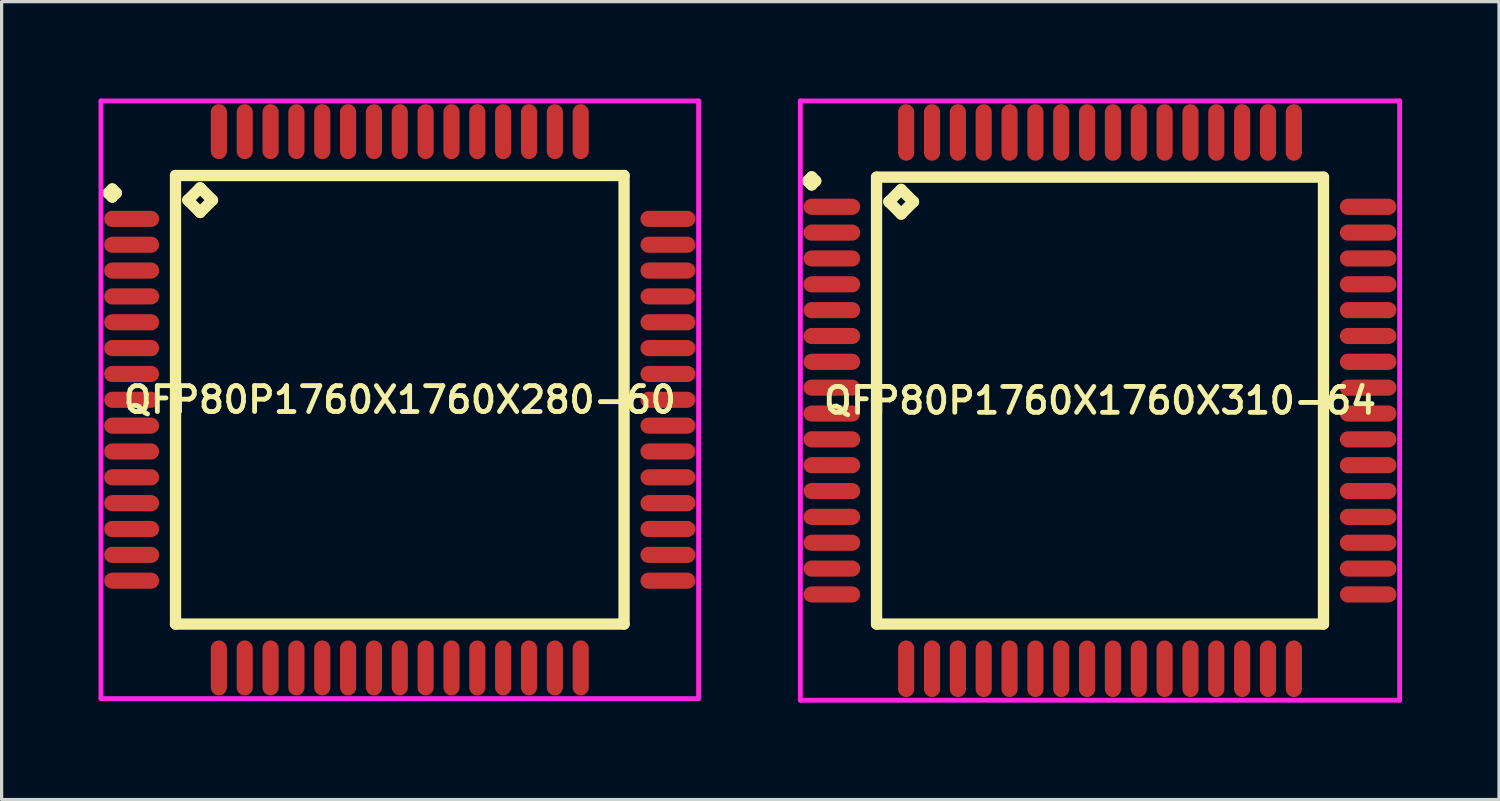
<source format=kicad_pcb>
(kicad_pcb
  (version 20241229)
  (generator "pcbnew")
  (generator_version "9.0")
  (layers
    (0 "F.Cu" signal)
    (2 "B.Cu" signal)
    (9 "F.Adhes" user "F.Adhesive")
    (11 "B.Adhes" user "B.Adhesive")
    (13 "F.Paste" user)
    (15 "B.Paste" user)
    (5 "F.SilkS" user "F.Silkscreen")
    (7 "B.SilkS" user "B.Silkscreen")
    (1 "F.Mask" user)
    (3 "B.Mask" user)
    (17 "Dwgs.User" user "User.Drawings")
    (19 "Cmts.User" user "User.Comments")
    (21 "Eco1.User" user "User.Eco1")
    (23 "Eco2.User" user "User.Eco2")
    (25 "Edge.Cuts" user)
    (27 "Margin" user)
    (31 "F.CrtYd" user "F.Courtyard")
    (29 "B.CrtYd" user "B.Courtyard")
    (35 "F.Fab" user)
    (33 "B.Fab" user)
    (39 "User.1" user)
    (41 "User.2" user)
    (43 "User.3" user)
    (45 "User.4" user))
  (footprint "QFP80P1760X1760X280-60"
    (layer "F.Cu")
    (at 9.325 9.325)
    (property "Reference" "QFP80P1760X1760X280-60" (at 0 0 0) (layer "F.SilkS") (effects (font (size 0.8 0.8) (thickness 0.15))))
    (attr smd)
    (fp_line (start -9.025 -6.4) (end -8.9 -6.525) (stroke (width 0.35) (type solid)) (layer "F.SilkS"))
    (fp_line (start -8.9 -6.525) (end -8.775 -6.4) (stroke (width 0.35) (type solid)) (layer "F.SilkS"))
    (fp_line (start -8.9 -6.275) (end -9.025 -6.4) (stroke (width 0.35) (type solid)) (layer "F.SilkS"))
    (fp_line (start -8.775 -6.4) (end -8.9 -6.275) (stroke (width 0.35) (type solid)) (layer "F.SilkS"))
    (fp_line (start -6.942 -6.942) (end -6.942 6.942) (stroke (width 0.35) (type solid)) (layer "F.SilkS"))
    (fp_line (start -6.942 6.942) (end 6.942 6.942) (stroke (width 0.35) (type solid)) (layer "F.SilkS"))
    (fp_line (start -6.561 -6.18) (end -6.18 -6.561) (stroke (width 0.35) (type solid)) (layer "F.SilkS"))
    (fp_line (start -6.18 -6.561) (end -5.799 -6.18) (stroke (width 0.35) (type solid)) (layer "F.SilkS"))
    (fp_line (start -6.18 -5.799) (end -6.561 -6.18) (stroke (width 0.35) (type solid)) (layer "F.SilkS"))
    (fp_line (start -5.799 -6.18) (end -6.18 -5.799) (stroke (width 0.35) (type solid)) (layer "F.SilkS"))
    (fp_line (start 6.942 -6.942) (end -6.942 -6.942) (stroke (width 0.35) (type solid)) (layer "F.SilkS"))
    (fp_line (start 6.942 6.942) (end 6.942 -6.942) (stroke (width 0.35) (type solid)) (layer "F.SilkS"))
    (fp_line (start -9.25 -9.25) (end 9.25 -9.25) (stroke (width 0.15) (type solid)) (layer "F.CrtYd"))
    (fp_line (start -9.25 9.25) (end -9.25 -9.25) (stroke (width 0.15) (type solid)) (layer "F.CrtYd"))
    (fp_line (start 9.25 -9.25) (end 9.25 9.25) (stroke (width 0.15) (type solid)) (layer "F.CrtYd"))
    (fp_line (start 9.25 9.25) (end -9.25 9.25) (stroke (width 0.15) (type solid)) (layer "F.CrtYd"))
    (pad "1" smd oval (at -8.3 -5.6) (size 1.7 0.5) (layers "F.Cu" "F.Mask" "F.Paste"))
    (pad "2" smd oval (at -8.3 -4.8) (size 1.7 0.5) (layers "F.Cu" "F.Mask" "F.Paste"))
    (pad "3" smd oval (at -8.3 -4) (size 1.7 0.5) (layers "F.Cu" "F.Mask" "F.Paste"))
    (pad "4" smd oval (at -8.3 -3.2) (size 1.7 0.5) (layers "F.Cu" "F.Mask" "F.Paste"))
    (pad "5" smd oval (at -8.3 -2.4) (size 1.7 0.5) (layers "F.Cu" "F.Mask" "F.Paste"))
    (pad "6" smd oval (at -8.3 -1.6) (size 1.7 0.5) (layers "F.Cu" "F.Mask" "F.Paste"))
    (pad "7" smd oval (at -8.3 -0.8) (size 1.7 0.5) (layers "F.Cu" "F.Mask" "F.Paste"))
    (pad "8" smd oval (at -8.3 0) (size 1.7 0.5) (layers "F.Cu" "F.Mask" "F.Paste"))
    (pad "9" smd oval (at -8.3 0.8) (size 1.7 0.5) (layers "F.Cu" "F.Mask" "F.Paste"))
    (pad "10" smd oval (at -8.3 1.6) (size 1.7 0.5) (layers "F.Cu" "F.Mask" "F.Paste"))
    (pad "11" smd oval (at -8.3 2.4) (size 1.7 0.5) (layers "F.Cu" "F.Mask" "F.Paste"))
    (pad "12" smd oval (at -8.3 3.2) (size 1.7 0.5) (layers "F.Cu" "F.Mask" "F.Paste"))
    (pad "13" smd oval (at -8.3 4) (size 1.7 0.5) (layers "F.Cu" "F.Mask" "F.Paste"))
    (pad "14" smd oval (at -8.3 4.8) (size 1.7 0.5) (layers "F.Cu" "F.Mask" "F.Paste"))
    (pad "15" smd oval (at -8.3 5.6) (size 1.7 0.5) (layers "F.Cu" "F.Mask" "F.Paste"))
    (pad "16" smd oval (at -5.6 8.3) (size 0.5 1.7) (layers "F.Cu" "F.Mask" "F.Paste"))
    (pad "17" smd oval (at -4.8 8.3) (size 0.5 1.7) (layers "F.Cu" "F.Mask" "F.Paste"))
    (pad "18" smd oval (at -4 8.3) (size 0.5 1.7) (layers "F.Cu" "F.Mask" "F.Paste"))
    (pad "19" smd oval (at -3.2 8.3) (size 0.5 1.7) (layers "F.Cu" "F.Mask" "F.Paste"))
    (pad "20" smd oval (at -2.4 8.3) (size 0.5 1.7) (layers "F.Cu" "F.Mask" "F.Paste"))
    (pad "21" smd oval (at -1.6 8.3) (size 0.5 1.7) (layers "F.Cu" "F.Mask" "F.Paste"))
    (pad "22" smd oval (at -0.8 8.3) (size 0.5 1.7) (layers "F.Cu" "F.Mask" "F.Paste"))
    (pad "23" smd oval (at 0 8.3) (size 0.5 1.7) (layers "F.Cu" "F.Mask" "F.Paste"))
    (pad "24" smd oval (at 0.8 8.3) (size 0.5 1.7) (layers "F.Cu" "F.Mask" "F.Paste"))
    (pad "25" smd oval (at 1.6 8.3) (size 0.5 1.7) (layers "F.Cu" "F.Mask" "F.Paste"))
    (pad "26" smd oval (at 2.4 8.3) (size 0.5 1.7) (layers "F.Cu" "F.Mask" "F.Paste"))
    (pad "27" smd oval (at 3.2 8.3) (size 0.5 1.7) (layers "F.Cu" "F.Mask" "F.Paste"))
    (pad "28" smd oval (at 4 8.3) (size 0.5 1.7) (layers "F.Cu" "F.Mask" "F.Paste"))
    (pad "29" smd oval (at 4.8 8.3) (size 0.5 1.7) (layers "F.Cu" "F.Mask" "F.Paste"))
    (pad "30" smd oval (at 5.6 8.3) (size 0.5 1.7) (layers "F.Cu" "F.Mask" "F.Paste"))
    (pad "31" smd oval (at 8.3 5.6) (size 1.7 0.5) (layers "F.Cu" "F.Mask" "F.Paste"))
    (pad "32" smd oval (at 8.3 4.8) (size 1.7 0.5) (layers "F.Cu" "F.Mask" "F.Paste"))
    (pad "33" smd oval (at 8.3 4) (size 1.7 0.5) (layers "F.Cu" "F.Mask" "F.Paste"))
    (pad "34" smd oval (at 8.3 3.2) (size 1.7 0.5) (layers "F.Cu" "F.Mask" "F.Paste"))
    (pad "35" smd oval (at 8.3 2.4) (size 1.7 0.5) (layers "F.Cu" "F.Mask" "F.Paste"))
    (pad "36" smd oval (at 8.3 1.6) (size 1.7 0.5) (layers "F.Cu" "F.Mask" "F.Paste"))
    (pad "37" smd oval (at 8.3 0.8) (size 1.7 0.5) (layers "F.Cu" "F.Mask" "F.Paste"))
    (pad "38" smd oval (at 8.3 0) (size 1.7 0.5) (layers "F.Cu" "F.Mask" "F.Paste"))
    (pad "39" smd oval (at 8.3 -0.8) (size 1.7 0.5) (layers "F.Cu" "F.Mask" "F.Paste"))
    (pad "40" smd oval (at 8.3 -1.6) (size 1.7 0.5) (layers "F.Cu" "F.Mask" "F.Paste"))
    (pad "41" smd oval (at 8.3 -2.4) (size 1.7 0.5) (layers "F.Cu" "F.Mask" "F.Paste"))
    (pad "42" smd oval (at 8.3 -3.2) (size 1.7 0.5) (layers "F.Cu" "F.Mask" "F.Paste"))
    (pad "43" smd oval (at 8.3 -4) (size 1.7 0.5) (layers "F.Cu" "F.Mask" "F.Paste"))
    (pad "44" smd oval (at 8.3 -4.8) (size 1.7 0.5) (layers "F.Cu" "F.Mask" "F.Paste"))
    (pad "45" smd oval (at 8.3 -5.6) (size 1.7 0.5) (layers "F.Cu" "F.Mask" "F.Paste"))
    (pad "46" smd oval (at 5.6 -8.3) (size 0.5 1.7) (layers "F.Cu" "F.Mask" "F.Paste"))
    (pad "47" smd oval (at 4.8 -8.3) (size 0.5 1.7) (layers "F.Cu" "F.Mask" "F.Paste"))
    (pad "48" smd oval (at 4 -8.3) (size 0.5 1.7) (layers "F.Cu" "F.Mask" "F.Paste"))
    (pad "49" smd oval (at 3.2 -8.3) (size 0.5 1.7) (layers "F.Cu" "F.Mask" "F.Paste"))
    (pad "50" smd oval (at 2.4 -8.3) (size 0.5 1.7) (layers "F.Cu" "F.Mask" "F.Paste"))
    (pad "51" smd oval (at 1.6 -8.3) (size 0.5 1.7) (layers "F.Cu" "F.Mask" "F.Paste"))
    (pad "52" smd oval (at 0.8 -8.3) (size 0.5 1.7) (layers "F.Cu" "F.Mask" "F.Paste"))
    (pad "53" smd oval (at 0 -8.3) (size 0.5 1.7) (layers "F.Cu" "F.Mask" "F.Paste"))
    (pad "54" smd oval (at -0.8 -8.3) (size 0.5 1.7) (layers "F.Cu" "F.Mask" "F.Paste"))
    (pad "55" smd oval (at -1.6 -8.3) (size 0.5 1.7) (layers "F.Cu" "F.Mask" "F.Paste"))
    (pad "56" smd oval (at -2.4 -8.3) (size 0.5 1.7) (layers "F.Cu" "F.Mask" "F.Paste"))
    (pad "57" smd oval (at -3.2 -8.3) (size 0.5 1.7) (layers "F.Cu" "F.Mask" "F.Paste"))
    (pad "58" smd oval (at -4 -8.3) (size 0.5 1.7) (layers "F.Cu" "F.Mask" "F.Paste"))
    (pad "59" smd oval (at -4.8 -8.3) (size 0.5 1.7) (layers "F.Cu" "F.Mask" "F.Paste"))
    (pad "60" smd oval (at -5.6 -8.3) (size 0.5 1.7) (layers "F.Cu" "F.Mask" "F.Paste")))
  (footprint "QFP80P1760X1760X310-64"
    (layer "F.Cu")
    (at 31 9.35)
    (property "Reference" "QFP80P1760X1760X310-64" (at 0 0 0) (layer "F.SilkS") (effects (font (size 0.8 0.8) (thickness 0.15))))
    (attr smd)
    (fp_line (start -9.05 -6.8) (end -8.925 -6.925) (stroke (width 0.35) (type solid)) (layer "F.SilkS"))
    (fp_line (start -8.925 -6.925) (end -8.8 -6.8) (stroke (width 0.35) (type solid)) (layer "F.SilkS"))
    (fp_line (start -8.925 -6.675) (end -9.05 -6.8) (stroke (width 0.35) (type solid)) (layer "F.SilkS"))
    (fp_line (start -8.8 -6.8) (end -8.925 -6.675) (stroke (width 0.35) (type solid)) (layer "F.SilkS"))
    (fp_line (start -6.917 -6.917) (end -6.917 6.917) (stroke (width 0.35) (type solid)) (layer "F.SilkS"))
    (fp_line (start -6.917 6.917) (end 6.917 6.917) (stroke (width 0.35) (type solid)) (layer "F.SilkS"))
    (fp_line (start -6.536 -6.155) (end -6.155 -6.536) (stroke (width 0.35) (type solid)) (layer "F.SilkS"))
    (fp_line (start -6.155 -6.536) (end -5.774 -6.155) (stroke (width 0.35) (type solid)) (layer "F.SilkS"))
    (fp_line (start -6.155 -5.774) (end -6.536 -6.155) (stroke (width 0.35) (type solid)) (layer "F.SilkS"))
    (fp_line (start -5.774 -6.155) (end -6.155 -5.774) (stroke (width 0.35) (type solid)) (layer "F.SilkS"))
    (fp_line (start 6.917 -6.917) (end -6.917 -6.917) (stroke (width 0.35) (type solid)) (layer "F.SilkS"))
    (fp_line (start 6.917 6.917) (end 6.917 -6.917) (stroke (width 0.35) (type solid)) (layer "F.SilkS"))
    (fp_line (start -9.275 -9.275) (end 9.275 -9.275) (stroke (width 0.15) (type solid)) (layer "F.CrtYd"))
    (fp_line (start -9.275 9.275) (end -9.275 -9.275) (stroke (width 0.15) (type solid)) (layer "F.CrtYd"))
    (fp_line (start 9.275 -9.275) (end 9.275 9.275) (stroke (width 0.15) (type solid)) (layer "F.CrtYd"))
    (fp_line (start 9.275 9.275) (end -9.275 9.275) (stroke (width 0.15) (type solid)) (layer "F.CrtYd"))
    (pad "1" smd oval (at -8.3 -6) (size 1.75 0.5) (layers "F.Cu" "F.Mask" "F.Paste"))
    (pad "2" smd oval (at -8.3 -5.2) (size 1.75 0.5) (layers "F.Cu" "F.Mask" "F.Paste"))
    (pad "3" smd oval (at -8.3 -4.4) (size 1.75 0.5) (layers "F.Cu" "F.Mask" "F.Paste"))
    (pad "4" smd oval (at -8.3 -3.6) (size 1.75 0.5) (layers "F.Cu" "F.Mask" "F.Paste"))
    (pad "5" smd oval (at -8.3 -2.8) (size 1.75 0.5) (layers "F.Cu" "F.Mask" "F.Paste"))
    (pad "6" smd oval (at -8.3 -2) (size 1.75 0.5) (layers "F.Cu" "F.Mask" "F.Paste"))
    (pad "7" smd oval (at -8.3 -1.2) (size 1.75 0.5) (layers "F.Cu" "F.Mask" "F.Paste"))
    (pad "8" smd oval (at -8.3 -0.4) (size 1.75 0.5) (layers "F.Cu" "F.Mask" "F.Paste"))
    (pad "9" smd oval (at -8.3 0.4) (size 1.75 0.5) (layers "F.Cu" "F.Mask" "F.Paste"))
    (pad "10" smd oval (at -8.3 1.2) (size 1.75 0.5) (layers "F.Cu" "F.Mask" "F.Paste"))
    (pad "11" smd oval (at -8.3 2) (size 1.75 0.5) (layers "F.Cu" "F.Mask" "F.Paste"))
    (pad "12" smd oval (at -8.3 2.8) (size 1.75 0.5) (layers "F.Cu" "F.Mask" "F.Paste"))
    (pad "13" smd oval (at -8.3 3.6) (size 1.75 0.5) (layers "F.Cu" "F.Mask" "F.Paste"))
    (pad "14" smd oval (at -8.3 4.4) (size 1.75 0.5) (layers "F.Cu" "F.Mask" "F.Paste"))
    (pad "15" smd oval (at -8.3 5.2) (size 1.75 0.5) (layers "F.Cu" "F.Mask" "F.Paste"))
    (pad "16" smd oval (at -8.3 6) (size 1.75 0.5) (layers "F.Cu" "F.Mask" "F.Paste"))
    (pad "17" smd oval (at -6 8.3) (size 0.5 1.75) (layers "F.Cu" "F.Mask" "F.Paste"))
    (pad "18" smd oval (at -5.2 8.3) (size 0.5 1.75) (layers "F.Cu" "F.Mask" "F.Paste"))
    (pad "19" smd oval (at -4.4 8.3) (size 0.5 1.75) (layers "F.Cu" "F.Mask" "F.Paste"))
    (pad "20" smd oval (at -3.6 8.3) (size 0.5 1.75) (layers "F.Cu" "F.Mask" "F.Paste"))
    (pad "21" smd oval (at -2.8 8.3) (size 0.5 1.75) (layers "F.Cu" "F.Mask" "F.Paste"))
    (pad "22" smd oval (at -2 8.3) (size 0.5 1.75) (layers "F.Cu" "F.Mask" "F.Paste"))
    (pad "23" smd oval (at -1.2 8.3) (size 0.5 1.75) (layers "F.Cu" "F.Mask" "F.Paste"))
    (pad "24" smd oval (at -0.4 8.3) (size 0.5 1.75) (layers "F.Cu" "F.Mask" "F.Paste"))
    (pad "25" smd oval (at 0.4 8.3) (size 0.5 1.75) (layers "F.Cu" "F.Mask" "F.Paste"))
    (pad "26" smd oval (at 1.2 8.3) (size 0.5 1.75) (layers "F.Cu" "F.Mask" "F.Paste"))
    (pad "27" smd oval (at 2 8.3) (size 0.5 1.75) (layers "F.Cu" "F.Mask" "F.Paste"))
    (pad "28" smd oval (at 2.8 8.3) (size 0.5 1.75) (layers "F.Cu" "F.Mask" "F.Paste"))
    (pad "29" smd oval (at 3.6 8.3) (size 0.5 1.75) (layers "F.Cu" "F.Mask" "F.Paste"))
    (pad "30" smd oval (at 4.4 8.3) (size 0.5 1.75) (layers "F.Cu" "F.Mask" "F.Paste"))
    (pad "31" smd oval (at 5.2 8.3) (size 0.5 1.75) (layers "F.Cu" "F.Mask" "F.Paste"))
    (pad "32" smd oval (at 6 8.3) (size 0.5 1.75) (layers "F.Cu" "F.Mask" "F.Paste"))
    (pad "33" smd oval (at 8.3 6) (size 1.75 0.5) (layers "F.Cu" "F.Mask" "F.Paste"))
    (pad "34" smd oval (at 8.3 5.2) (size 1.75 0.5) (layers "F.Cu" "F.Mask" "F.Paste"))
    (pad "35" smd oval (at 8.3 4.4) (size 1.75 0.5) (layers "F.Cu" "F.Mask" "F.Paste"))
    (pad "36" smd oval (at 8.3 3.6) (size 1.75 0.5) (layers "F.Cu" "F.Mask" "F.Paste"))
    (pad "37" smd oval (at 8.3 2.8) (size 1.75 0.5) (layers "F.Cu" "F.Mask" "F.Paste"))
    (pad "38" smd oval (at 8.3 2) (size 1.75 0.5) (layers "F.Cu" "F.Mask" "F.Paste"))
    (pad "39" smd oval (at 8.3 1.2) (size 1.75 0.5) (layers "F.Cu" "F.Mask" "F.Paste"))
    (pad "40" smd oval (at 8.3 0.4) (size 1.75 0.5) (layers "F.Cu" "F.Mask" "F.Paste"))
    (pad "41" smd oval (at 8.3 -0.4) (size 1.75 0.5) (layers "F.Cu" "F.Mask" "F.Paste"))
    (pad "42" smd oval (at 8.3 -1.2) (size 1.75 0.5) (layers "F.Cu" "F.Mask" "F.Paste"))
    (pad "43" smd oval (at 8.3 -2) (size 1.75 0.5) (layers "F.Cu" "F.Mask" "F.Paste"))
    (pad "44" smd oval (at 8.3 -2.8) (size 1.75 0.5) (layers "F.Cu" "F.Mask" "F.Paste"))
    (pad "45" smd oval (at 8.3 -3.6) (size 1.75 0.5) (layers "F.Cu" "F.Mask" "F.Paste"))
    (pad "46" smd oval (at 8.3 -4.4) (size 1.75 0.5) (layers "F.Cu" "F.Mask" "F.Paste"))
    (pad "47" smd oval (at 8.3 -5.2) (size 1.75 0.5) (layers "F.Cu" "F.Mask" "F.Paste"))
    (pad "48" smd oval (at 8.3 -6) (size 1.75 0.5) (layers "F.Cu" "F.Mask" "F.Paste"))
    (pad "49" smd oval (at 6 -8.3) (size 0.5 1.75) (layers "F.Cu" "F.Mask" "F.Paste"))
    (pad "50" smd oval (at 5.2 -8.3) (size 0.5 1.75) (layers "F.Cu" "F.Mask" "F.Paste"))
    (pad "51" smd oval (at 4.4 -8.3) (size 0.5 1.75) (layers "F.Cu" "F.Mask" "F.Paste"))
    (pad "52" smd oval (at 3.6 -8.3) (size 0.5 1.75) (layers "F.Cu" "F.Mask" "F.Paste"))
    (pad "53" smd oval (at 2.8 -8.3) (size 0.5 1.75) (layers "F.Cu" "F.Mask" "F.Paste"))
    (pad "54" smd oval (at 2 -8.3) (size 0.5 1.75) (layers "F.Cu" "F.Mask" "F.Paste"))
    (pad "55" smd oval (at 1.2 -8.3) (size 0.5 1.75) (layers "F.Cu" "F.Mask" "F.Paste"))
    (pad "56" smd oval (at 0.4 -8.3) (size 0.5 1.75) (layers "F.Cu" "F.Mask" "F.Paste"))
    (pad "57" smd oval (at -0.4 -8.3) (size 0.5 1.75) (layers "F.Cu" "F.Mask" "F.Paste"))
    (pad "58" smd oval (at -1.2 -8.3) (size 0.5 1.75) (layers "F.Cu" "F.Mask" "F.Paste"))
    (pad "59" smd oval (at -2 -8.3) (size 0.5 1.75) (layers "F.Cu" "F.Mask" "F.Paste"))
    (pad "60" smd oval (at -2.8 -8.3) (size 0.5 1.75) (layers "F.Cu" "F.Mask" "F.Paste"))
    (pad "61" smd oval (at -3.6 -8.3) (size 0.5 1.75) (layers "F.Cu" "F.Mask" "F.Paste"))
    (pad "62" smd oval (at -4.4 -8.3) (size 0.5 1.75) (layers "F.Cu" "F.Mask" "F.Paste"))
    (pad "63" smd oval (at -5.2 -8.3) (size 0.5 1.75) (layers "F.Cu" "F.Mask" "F.Paste"))
    (pad "64" smd oval (at -6 -8.3) (size 0.5 1.75) (layers "F.Cu" "F.Mask" "F.Paste")))
  (gr_rect
    (start -3 -3)
    (end 43.35 21.7)
    (stroke (width 0.1) (type default))
    (fill no)
    (layer "Edge.Cuts")))
</source>
